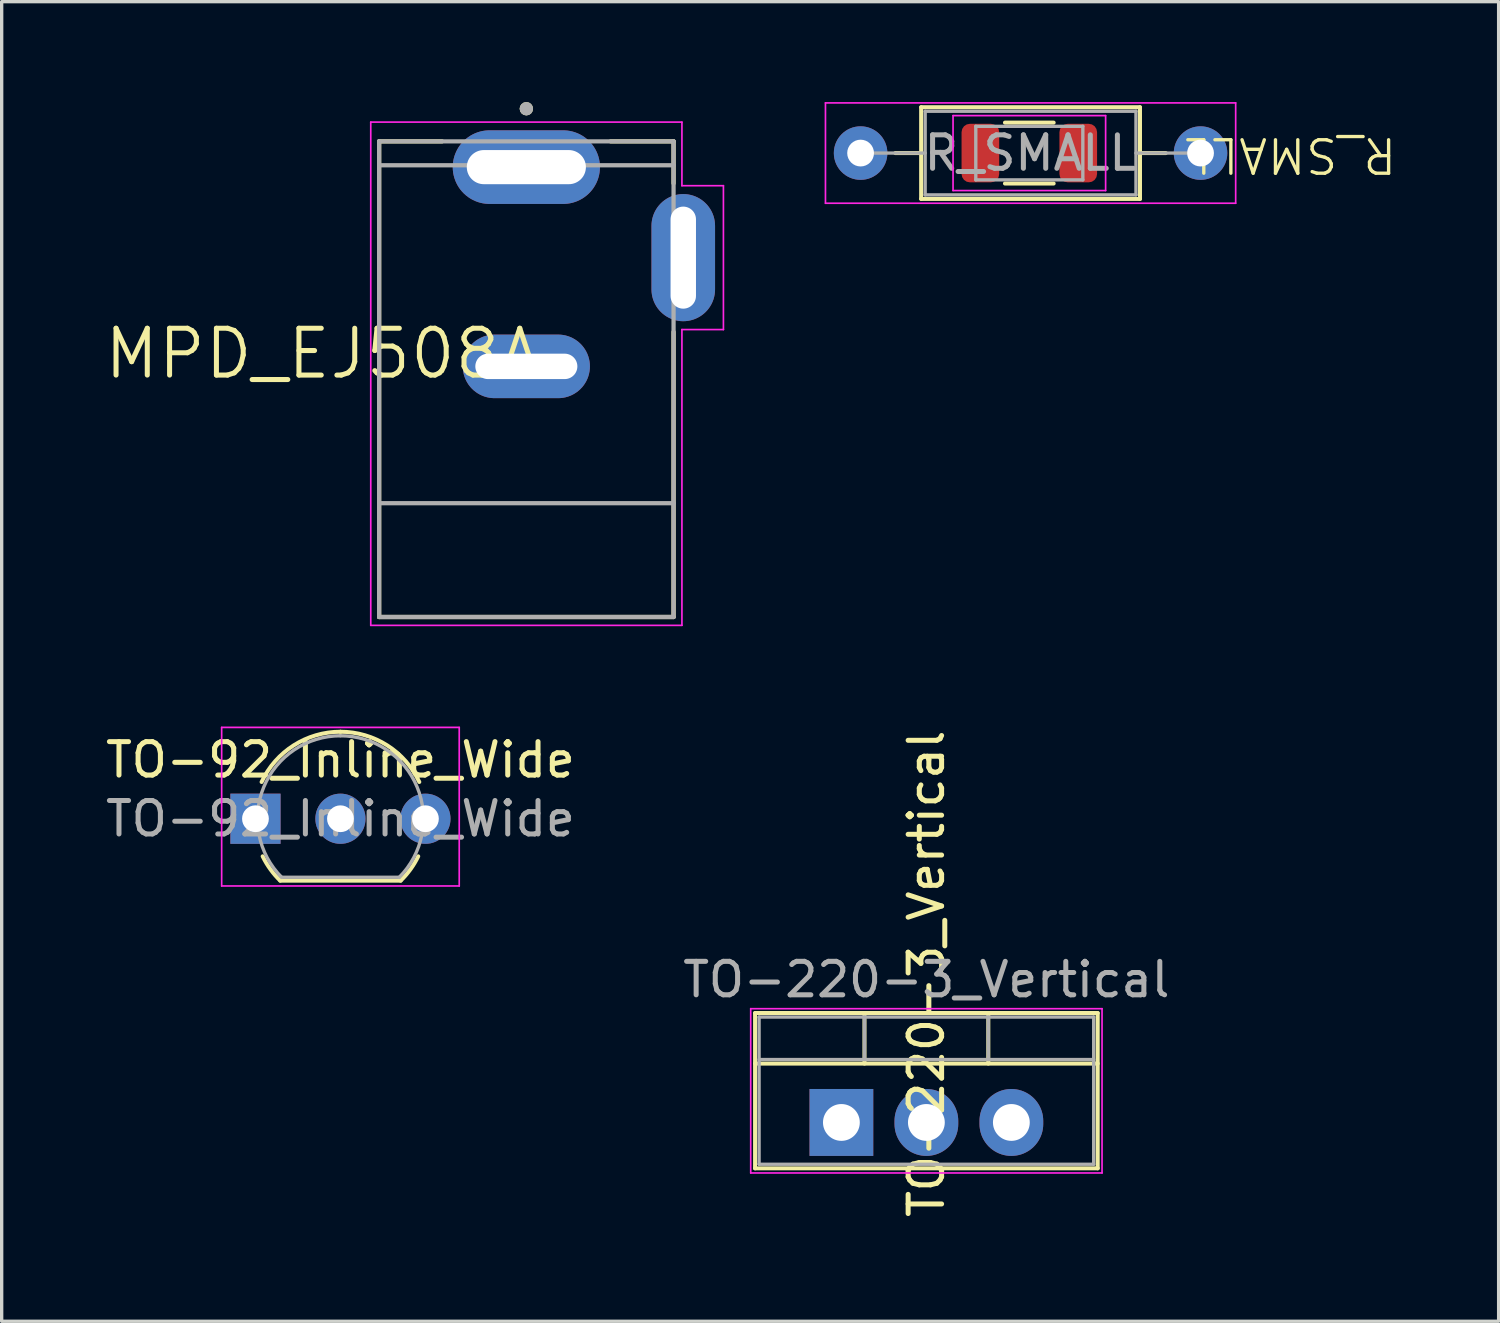
<source format=kicad_pcb>
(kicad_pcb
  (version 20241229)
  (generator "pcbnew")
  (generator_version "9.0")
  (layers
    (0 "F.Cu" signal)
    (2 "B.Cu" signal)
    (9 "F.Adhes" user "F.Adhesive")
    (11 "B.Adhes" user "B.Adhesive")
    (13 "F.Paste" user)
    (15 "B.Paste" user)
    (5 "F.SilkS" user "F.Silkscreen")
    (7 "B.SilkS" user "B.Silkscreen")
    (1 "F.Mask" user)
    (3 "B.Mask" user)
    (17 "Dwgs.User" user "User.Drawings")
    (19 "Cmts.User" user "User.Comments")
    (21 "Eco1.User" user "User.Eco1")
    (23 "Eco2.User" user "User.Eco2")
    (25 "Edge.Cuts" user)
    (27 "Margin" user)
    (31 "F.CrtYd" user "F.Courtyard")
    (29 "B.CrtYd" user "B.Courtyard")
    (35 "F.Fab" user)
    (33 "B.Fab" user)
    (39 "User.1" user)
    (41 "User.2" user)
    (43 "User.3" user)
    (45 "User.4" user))
  (footprint "MPD_EJ508A"
    (layer "F.Cu")
    (at 12.681 4.65)
    (property "Reference" "MPD_EJ508A" (at -6.096 2.87 0) (layer "F.SilkS") (effects (font (size 1.4 1.4) (thickness 0.15))))
    (attr through_hole)
    (fp_line (start -4.4 -3.475) (end -4.4 10.74) (stroke (width 0.127) (type solid)) (layer "F.SilkS"))
    (fp_line (start -4.4 10.74) (end 4.4 10.74) (stroke (width 0.127) (type solid)) (layer "F.SilkS"))
    (fp_line (start -2.52 -3.475) (end -4.4 -3.475) (stroke (width 0.127) (type solid)) (layer "F.SilkS"))
    (fp_line (start 2.52 -3.475) (end 4.4 -3.475) (stroke (width 0.127) (type solid)) (layer "F.SilkS"))
    (fp_line (start 4.4 -3.475) (end 4.4 -2.22) (stroke (width 0.127) (type solid)) (layer "F.SilkS"))
    (fp_line (start 4.4 10.74) (end 4.4 2.22) (stroke (width 0.127) (type solid)) (layer "F.SilkS"))
    (fp_circle (center 0 -4.45) (end 0.1 -4.45) (stroke (width 0.2) (type solid)) (fill no) (layer "F.SilkS"))
    (fp_line (start -4.65 -4.05) (end -4.65 10.99) (stroke (width 0.05) (type solid)) (layer "F.CrtYd"))
    (fp_line (start -4.65 10.99) (end 4.65 10.99) (stroke (width 0.05) (type solid)) (layer "F.CrtYd"))
    (fp_line (start 4.65 -4.05) (end -4.65 -4.05) (stroke (width 0.05) (type solid)) (layer "F.CrtYd"))
    (fp_line (start 4.65 -4.05) (end 4.65 -2.15) (stroke (width 0.05) (type solid)) (layer "F.CrtYd"))
    (fp_line (start 4.65 -2.15) (end 5.89 -2.15) (stroke (width 0.05) (type solid)) (layer "F.CrtYd"))
    (fp_line (start 4.65 2.15) (end 4.65 10.99) (stroke (width 0.05) (type solid)) (layer "F.CrtYd"))
    (fp_line (start 5.89 -2.15) (end 5.89 2.15) (stroke (width 0.05) (type solid)) (layer "F.CrtYd"))
    (fp_line (start 5.89 2.15) (end 4.65 2.15) (stroke (width 0.05) (type solid)) (layer "F.CrtYd"))
    (fp_line (start -4.4 -3.475) (end -4.4 -2.76) (stroke (width 0.127) (type solid)) (layer "F.Fab"))
    (fp_line (start -4.4 -2.76) (end -4.4 7.34) (stroke (width 0.127) (type solid)) (layer "F.Fab"))
    (fp_line (start -4.4 -2.76) (end 4.4 -2.76) (stroke (width 0.127) (type solid)) (layer "F.Fab"))
    (fp_line (start -4.4 7.34) (end -4.4 10.74) (stroke (width 0.127) (type solid)) (layer "F.Fab"))
    (fp_line (start -4.4 7.34) (end 4.4 7.34) (stroke (width 0.127) (type solid)) (layer "F.Fab"))
    (fp_line (start -4.4 10.74) (end 4.4 10.74) (stroke (width 0.127) (type solid)) (layer "F.Fab"))
    (fp_line (start 4.4 -3.475) (end -4.4 -3.475) (stroke (width 0.127) (type solid)) (layer "F.Fab"))
    (fp_line (start 4.4 -2.76) (end 4.4 -3.475) (stroke (width 0.127) (type solid)) (layer "F.Fab"))
    (fp_line (start 4.4 7.34) (end 4.4 -2.76) (stroke (width 0.127) (type solid)) (layer "F.Fab"))
    (fp_line (start 4.4 10.74) (end 4.4 7.34) (stroke (width 0.127) (type solid)) (layer "F.Fab"))
    (fp_circle (center 0 -4.45) (end 0.1 -4.45) (stroke (width 0.2) (type solid)) (fill no) (layer "F.Fab"))
    (pad "1" thru_hole oval (at 0 -2.705) (size 4.4 2.2) (drill oval 3.56 1.02) (layers "*.Cu" "*.Mask"))
    (pad "2" thru_hole oval (at 0 3.25) (size 3.8 1.9) (drill oval 3.05 0.76) (layers "*.Cu" "*.Mask"))
    (pad "3" thru_hole oval (at 4.69 0) (size 1.9 3.8) (drill oval 0.76 3.05) (layers "*.Cu" "*.Mask")))
  (footprint "TO-92_Inline_Wide"
    (layer "F.Cu")
    (at 4.585 21.42)
    (property "Reference" "TO-92_Inline_Wide" (at 2.54 -1.76 0) (layer "F.SilkS") (effects (font (size 1 1) (thickness 0.15))))
    (attr through_hole)
    (fp_line (start 0.74 1.85) (end 4.34 1.85) (stroke (width 0.12) (type solid)) (layer "F.SilkS"))
    (fp_arc (start 0.1836 -1.098807) (mid 1.143021 -2.192817) (end 2.54 -2.6) (stroke (width 0.12) (type solid)) (layer "F.SilkS"))
    (fp_arc (start 0.74 1.85) (mid 0.446097 1.509328) (end 0.215816 1.122795) (stroke (width 0.12) (type solid)) (layer "F.SilkS"))
    (fp_arc (start 2.54 -2.6) (mid 3.936979 -2.192818) (end 4.8964 -1.098807) (stroke (width 0.12) (type solid)) (layer "F.SilkS"))
    (fp_arc (start 4.864184 1.122795) (mid 4.633903 1.509328) (end 4.34 1.85) (stroke (width 0.12) (type solid)) (layer "F.SilkS"))
    (fp_line (start -1.01 -2.73) (end -1.01 2.01) (stroke (width 0.05) (type solid)) (layer "F.CrtYd"))
    (fp_line (start -1.01 -2.73) (end 6.09 -2.73) (stroke (width 0.05) (type solid)) (layer "F.CrtYd"))
    (fp_line (start 6.09 2.01) (end -1.01 2.01) (stroke (width 0.05) (type solid)) (layer "F.CrtYd"))
    (fp_line (start 6.09 2.01) (end 6.09 -2.73) (stroke (width 0.05) (type solid)) (layer "F.CrtYd"))
    (fp_line (start 0.8 1.75) (end 4.3 1.75) (stroke (width 0.1) (type solid)) (layer "F.Fab"))
    (fp_arc (start 0.786375 1.753625) (mid 0.248779 -0.949055) (end 2.54 -2.48) (stroke (width 0.1) (type solid)) (layer "F.Fab"))
    (fp_arc (start 2.54 -2.48) (mid 4.831221 -0.949055) (end 4.293625 1.753625) (stroke (width 0.1) (type solid)) (layer "F.Fab"))
    (fp_text user "${REFERENCE}" (at 2.54 0 0) (layer "F.Fab") (effects (font (size 1 1) (thickness 0.15))))
    (pad "1" thru_hole rect (at 0 0) (size 1.5 1.5) (drill 0.8) (layers "*.Cu" "*.Mask"))
    (pad "2" thru_hole circle (at 2.54 0) (size 1.5 1.5) (drill 0.8) (layers "*.Cu" "*.Mask"))
    (pad "3" thru_hole circle (at 5.08 0) (size 1.5 1.5) (drill 0.8) (layers "*.Cu" "*.Mask")))
  (footprint "TO-220-3_Vertical"
    (layer "F.Cu")
    (at 22.097 30.497)
    (property "Reference" "TO-220-3_Vertical" (at 2.54 -4.445 270) (layer "F.SilkS") (effects (font (size 1 1) (thickness 0.15))))
    (attr through_hole)
    (fp_line (start -2.58 -3.27) (end -2.58 1.371) (stroke (width 0.12) (type solid)) (layer "F.SilkS"))
    (fp_line (start -2.58 -3.27) (end 7.66 -3.27) (stroke (width 0.12) (type solid)) (layer "F.SilkS"))
    (fp_line (start -2.58 -1.76) (end 7.66 -1.76) (stroke (width 0.12) (type solid)) (layer "F.SilkS"))
    (fp_line (start -2.58 1.371) (end 7.66 1.371) (stroke (width 0.12) (type solid)) (layer "F.SilkS"))
    (fp_line (start 0.69 -3.27) (end 0.69 -1.76) (stroke (width 0.12) (type solid)) (layer "F.SilkS"))
    (fp_line (start 4.391 -3.27) (end 4.391 -1.76) (stroke (width 0.12) (type solid)) (layer "F.SilkS"))
    (fp_line (start 7.66 -3.27) (end 7.66 1.371) (stroke (width 0.12) (type solid)) (layer "F.SilkS"))
    (fp_line (start -2.71 -3.4) (end -2.71 1.51) (stroke (width 0.05) (type solid)) (layer "F.CrtYd"))
    (fp_line (start -2.71 1.51) (end 7.79 1.51) (stroke (width 0.05) (type solid)) (layer "F.CrtYd"))
    (fp_line (start 7.79 -3.4) (end -2.71 -3.4) (stroke (width 0.05) (type solid)) (layer "F.CrtYd"))
    (fp_line (start 7.79 1.51) (end 7.79 -3.4) (stroke (width 0.05) (type solid)) (layer "F.CrtYd"))
    (fp_line (start -2.46 -3.15) (end -2.46 1.25) (stroke (width 0.1) (type solid)) (layer "F.Fab"))
    (fp_line (start -2.46 -1.88) (end 7.54 -1.88) (stroke (width 0.1) (type solid)) (layer "F.Fab"))
    (fp_line (start -2.46 1.25) (end 7.54 1.25) (stroke (width 0.1) (type solid)) (layer "F.Fab"))
    (fp_line (start 0.69 -3.15) (end 0.69 -1.88) (stroke (width 0.1) (type solid)) (layer "F.Fab"))
    (fp_line (start 4.39 -3.15) (end 4.39 -1.88) (stroke (width 0.1) (type solid)) (layer "F.Fab"))
    (fp_line (start 7.54 -3.15) (end -2.46 -3.15) (stroke (width 0.1) (type solid)) (layer "F.Fab"))
    (fp_line (start 7.54 1.25) (end 7.54 -3.15) (stroke (width 0.1) (type solid)) (layer "F.Fab"))
    (fp_text user "${REFERENCE}" (at 2.54 -4.27 180) (layer "F.Fab") (effects (font (size 1 1) (thickness 0.15))))
    (pad "1" thru_hole rect (at 0 0) (size 1.905 2) (drill 1.1) (layers "*.Cu" "*.Mask"))
    (pad "2" thru_hole oval (at 2.54 0) (size 1.905 2) (drill 1.1) (layers "*.Cu" "*.Mask"))
    (pad "3" thru_hole oval (at 5.08 0) (size 1.905 2) (drill 1.1) (layers "*.Cu" "*.Mask")))
  (footprint "R_SMALL"
    (layer "F.Cu")
    (at 27.751 1.525)
    (property "Reference" "R_SMALL" (at 7.772 0.059 180) (unlocked yes) (layer "F.SilkS") (effects (font (size 1 1) (thickness 0.1))))
    (attr smd)
    (fp_line (start -4.04 0) (end -3.27 0) (stroke (width 0.12) (type solid)) (layer "F.SilkS"))
    (fp_line (start -3.27 -1.37) (end -3.27 1.37) (stroke (width 0.12) (type solid)) (layer "F.SilkS"))
    (fp_line (start -3.27 1.37) (end 3.27 1.37) (stroke (width 0.12) (type solid)) (layer "F.SilkS"))
    (fp_line (start -0.765 -0.91) (end 0.69 -0.91) (stroke (width 0.12) (type solid)) (layer "F.SilkS"))
    (fp_line (start -0.765 0.91) (end 0.69 0.91) (stroke (width 0.12) (type solid)) (layer "F.SilkS"))
    (fp_line (start 3.27 -1.37) (end -3.27 -1.37) (stroke (width 0.12) (type solid)) (layer "F.SilkS"))
    (fp_line (start 3.27 1.37) (end 3.27 -1.37) (stroke (width 0.12) (type solid)) (layer "F.SilkS"))
    (fp_line (start 4.04 0) (end 3.27 0) (stroke (width 0.12) (type solid)) (layer "F.SilkS"))
    (fp_line (start -6.13 -1.5) (end -6.13 1.5) (stroke (width 0.05) (type solid)) (layer "F.CrtYd"))
    (fp_line (start -6.13 1.5) (end 6.13 1.5) (stroke (width 0.05) (type solid)) (layer "F.CrtYd"))
    (fp_line (start -2.317 -1.12) (end 2.243 -1.12) (stroke (width 0.05) (type solid)) (layer "F.CrtYd"))
    (fp_line (start -2.317 1.12) (end -2.317 -1.12) (stroke (width 0.05) (type solid)) (layer "F.CrtYd"))
    (fp_line (start 2.243 -1.12) (end 2.243 1.12) (stroke (width 0.05) (type solid)) (layer "F.CrtYd"))
    (fp_line (start 2.243 1.12) (end -2.317 1.12) (stroke (width 0.05) (type solid)) (layer "F.CrtYd"))
    (fp_line (start 6.13 -1.5) (end -6.13 -1.5) (stroke (width 0.05) (type solid)) (layer "F.CrtYd"))
    (fp_line (start 6.13 1.5) (end 6.13 -1.5) (stroke (width 0.05) (type solid)) (layer "F.CrtYd"))
    (fp_line (start -5.08 0) (end -3.15 0) (stroke (width 0.1) (type solid)) (layer "F.Fab"))
    (fp_line (start -3.15 -1.25) (end -3.15 1.25) (stroke (width 0.1) (type solid)) (layer "F.Fab"))
    (fp_line (start -3.15 1.25) (end 3.15 1.25) (stroke (width 0.1) (type solid)) (layer "F.Fab"))
    (fp_line (start -1.637 -0.8) (end 1.562 -0.8) (stroke (width 0.1) (type solid)) (layer "F.Fab"))
    (fp_line (start -1.637 0.8) (end -1.637 -0.8) (stroke (width 0.1) (type solid)) (layer "F.Fab"))
    (fp_line (start 1.562 -0.8) (end 1.562 0.8) (stroke (width 0.1) (type solid)) (layer "F.Fab"))
    (fp_line (start 1.562 0.8) (end -1.637 0.8) (stroke (width 0.1) (type solid)) (layer "F.Fab"))
    (fp_line (start 3.15 -1.25) (end -3.15 -1.25) (stroke (width 0.1) (type solid)) (layer "F.Fab"))
    (fp_line (start 3.15 1.25) (end 3.15 -1.25) (stroke (width 0.1) (type solid)) (layer "F.Fab"))
    (fp_line (start 5.08 0) (end 3.15 0) (stroke (width 0.1) (type solid)) (layer "F.Fab"))
    (fp_text user "${REFERENCE}" (at 0 0 0) (layer "F.Fab") (effects (font (size 1 1) (thickness 0.15))))
    (pad "1" thru_hole circle (at -5.08 0) (size 1.6 1.6) (drill 0.8) (layers "*.Cu" "*.Mask"))
    (pad "1" smd roundrect (at -1.5 0) (size 1.125 1.75) (layers "F.Cu" "F.Mask" "F.Paste") (roundrect_rratio 0.222))
    (pad "2" smd roundrect (at 1.425 0) (size 1.125 1.75) (layers "F.Cu" "F.Mask" "F.Paste") (roundrect_rratio 0.222))
    (pad "2" thru_hole oval (at 5.08 0) (size 1.6 1.6) (drill 0.8) (layers "*.Cu" "*.Mask")))
  (gr_rect
    (start -3 -3)
    (end 41.74 36.439)
    (stroke (width 0.1) (type default))
    (fill no)
    (layer "Edge.Cuts")))
</source>
